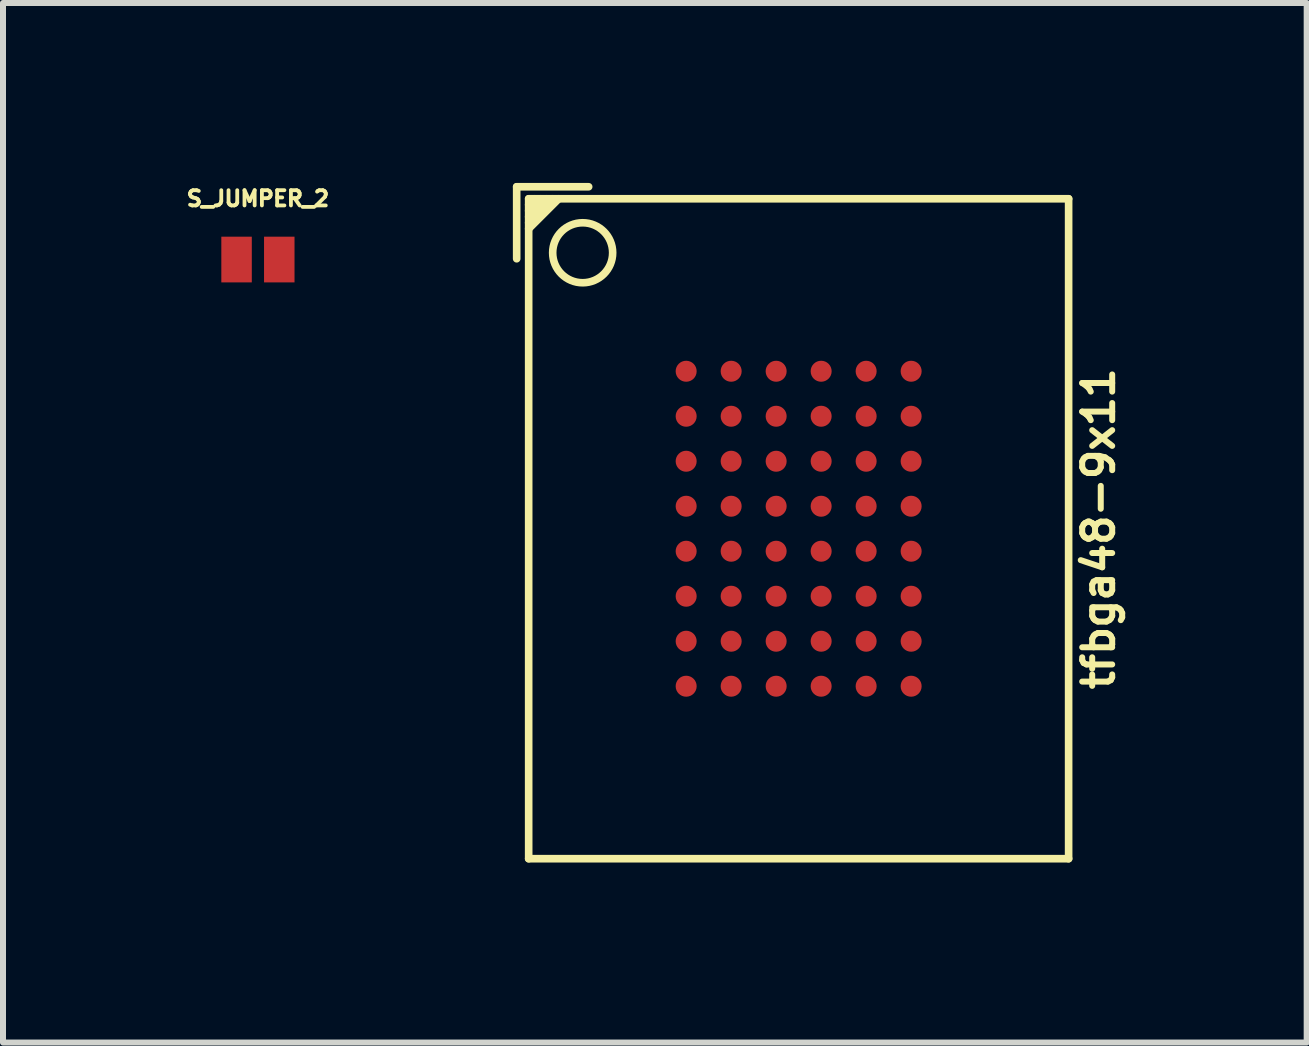
<source format=kicad_pcb>
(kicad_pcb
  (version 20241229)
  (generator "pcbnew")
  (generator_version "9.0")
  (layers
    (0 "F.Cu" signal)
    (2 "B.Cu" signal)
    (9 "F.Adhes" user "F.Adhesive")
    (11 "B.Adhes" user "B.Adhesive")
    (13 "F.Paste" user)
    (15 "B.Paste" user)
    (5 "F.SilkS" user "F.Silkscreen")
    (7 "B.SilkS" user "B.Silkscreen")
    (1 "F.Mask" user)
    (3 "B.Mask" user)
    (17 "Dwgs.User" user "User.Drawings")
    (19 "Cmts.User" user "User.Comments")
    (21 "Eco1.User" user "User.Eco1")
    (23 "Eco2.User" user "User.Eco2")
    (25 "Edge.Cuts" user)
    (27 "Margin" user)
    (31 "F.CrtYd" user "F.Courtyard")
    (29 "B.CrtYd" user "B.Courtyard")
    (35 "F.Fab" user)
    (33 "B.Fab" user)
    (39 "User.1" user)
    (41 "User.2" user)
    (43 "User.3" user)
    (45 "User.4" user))
  (footprint "S_JUMPER_2"
    (layer "F.Cu")
    (at 1.249 1.276)
    (property "Reference" "S_JUMPER_2" (at 0 -1.016 0) (layer "F.SilkS") (effects (font (size 0.254 0.254) (thickness 0.064))))
    (attr through_hole)
    (pad "1" smd rect (at -0.356 0) (size 0.508 0.762) (layers "F.Cu" "F.Mask" "F.Paste"))
    (pad "2" smd rect (at 0.356 0) (size 0.508 0.762) (layers "F.Cu" "F.Mask" "F.Paste")))
  (footprint "tfbga48-9x11"
    (layer "F.Cu")
    (at 10.262 5.763)
    (property "Reference" "tfbga48-9x11" (at 5 0 90) (layer "F.SilkS") (effects (font (size 0.5 0.5) (thickness 0.1))))
    (attr through_hole)
    (fp_line (start -4.7 -5.7) (end -3.5 -5.7) (stroke (width 0.127) (type solid)) (layer "F.SilkS"))
    (fp_line (start -4.7 -4.5) (end -4.7 -5.7) (stroke (width 0.127) (type solid)) (layer "F.SilkS"))
    (fp_line (start -4.5 -5.5) (end 4.5 -5.5) (stroke (width 0.127) (type solid)) (layer "F.SilkS"))
    (fp_line (start -4.5 -5.4) (end -4.4 -5.5) (stroke (width 0.127) (type solid)) (layer "F.SilkS"))
    (fp_line (start -4.5 -5.1) (end -4.1 -5.5) (stroke (width 0.127) (type solid)) (layer "F.SilkS"))
    (fp_line (start -4.5 5.5) (end -4.5 -5.5) (stroke (width 0.127) (type solid)) (layer "F.SilkS"))
    (fp_line (start -4.3 -5.5) (end -4.5 -5.3) (stroke (width 0.127) (type solid)) (layer "F.SilkS"))
    (fp_line (start -4.2 -5.5) (end -4.5 -5.2) (stroke (width 0.127) (type solid)) (layer "F.SilkS"))
    (fp_line (start -4 -5.5) (end -4.5 -5) (stroke (width 0.127) (type solid)) (layer "F.SilkS"))
    (fp_line (start 4.5 -5.5) (end 4.5 5.5) (stroke (width 0.127) (type solid)) (layer "F.SilkS"))
    (fp_line (start 4.5 5.5) (end -4.5 5.5) (stroke (width 0.127) (type solid)) (layer "F.SilkS"))
    (fp_circle (center -3.6 -4.6) (end -4 -4.3) (stroke (width 0.127) (type solid)) (fill no) (layer "F.SilkS"))
    (pad "A1" smd circle (at -1.875 -2.625) (size 0.35 0.35) (layers "F.Cu" "F.Mask" "F.Paste"))
    (pad "A2" smd circle (at -1.125 -2.625) (size 0.35 0.35) (layers "F.Cu" "F.Mask" "F.Paste"))
    (pad "A3" smd circle (at -0.375 -2.625) (size 0.35 0.35) (layers "F.Cu" "F.Mask" "F.Paste"))
    (pad "A4" smd circle (at 0.375 -2.625) (size 0.35 0.35) (layers "F.Cu" "F.Mask" "F.Paste"))
    (pad "A5" smd circle (at 1.125 -2.625) (size 0.35 0.35) (layers "F.Cu" "F.Mask" "F.Paste"))
    (pad "A6" smd circle (at 1.875 -2.625) (size 0.35 0.35) (layers "F.Cu" "F.Mask" "F.Paste"))
    (pad "B1" smd circle (at -1.875 -1.875) (size 0.35 0.35) (layers "F.Cu" "F.Mask" "F.Paste"))
    (pad "B2" smd circle (at -1.125 -1.875) (size 0.35 0.35) (layers "F.Cu" "F.Mask" "F.Paste"))
    (pad "B3" smd circle (at -0.375 -1.875) (size 0.35 0.35) (layers "F.Cu" "F.Mask" "F.Paste"))
    (pad "B4" smd circle (at 0.375 -1.875) (size 0.35 0.35) (layers "F.Cu" "F.Mask" "F.Paste"))
    (pad "B5" smd circle (at 1.125 -1.875) (size 0.35 0.35) (layers "F.Cu" "F.Mask" "F.Paste"))
    (pad "B6" smd circle (at 1.875 -1.875) (size 0.35 0.35) (layers "F.Cu" "F.Mask" "F.Paste"))
    (pad "C1" smd circle (at -1.875 -1.125) (size 0.35 0.35) (layers "F.Cu" "F.Mask" "F.Paste"))
    (pad "C2" smd circle (at -1.125 -1.125) (size 0.35 0.35) (layers "F.Cu" "F.Mask" "F.Paste"))
    (pad "C3" smd circle (at -0.375 -1.125) (size 0.35 0.35) (layers "F.Cu" "F.Mask" "F.Paste"))
    (pad "C4" smd circle (at 0.375 -1.125) (size 0.35 0.35) (layers "F.Cu" "F.Mask" "F.Paste"))
    (pad "C5" smd circle (at 1.125 -1.125) (size 0.35 0.35) (layers "F.Cu" "F.Mask" "F.Paste"))
    (pad "C6" smd circle (at 1.875 -1.125) (size 0.35 0.35) (layers "F.Cu" "F.Mask" "F.Paste"))
    (pad "D1" smd circle (at -1.875 -0.375) (size 0.35 0.35) (layers "F.Cu" "F.Mask" "F.Paste"))
    (pad "D2" smd circle (at -1.125 -0.375) (size 0.35 0.35) (layers "F.Cu" "F.Mask" "F.Paste"))
    (pad "D3" smd circle (at -0.375 -0.375) (size 0.35 0.35) (layers "F.Cu" "F.Mask" "F.Paste"))
    (pad "D4" smd circle (at 0.375 -0.375) (size 0.35 0.35) (layers "F.Cu" "F.Mask" "F.Paste"))
    (pad "D5" smd circle (at 1.125 -0.375) (size 0.35 0.35) (layers "F.Cu" "F.Mask" "F.Paste"))
    (pad "D6" smd circle (at 1.875 -0.375) (size 0.35 0.35) (layers "F.Cu" "F.Mask" "F.Paste"))
    (pad "E1" smd circle (at -1.875 0.375) (size 0.35 0.35) (layers "F.Cu" "F.Mask" "F.Paste"))
    (pad "E2" smd circle (at -1.125 0.375) (size 0.35 0.35) (layers "F.Cu" "F.Mask" "F.Paste"))
    (pad "E3" smd circle (at -0.375 0.375) (size 0.35 0.35) (layers "F.Cu" "F.Mask" "F.Paste"))
    (pad "E4" smd circle (at 0.375 0.375) (size 0.35 0.35) (layers "F.Cu" "F.Mask" "F.Paste"))
    (pad "E5" smd circle (at 1.125 0.375) (size 0.35 0.35) (layers "F.Cu" "F.Mask" "F.Paste"))
    (pad "E6" smd circle (at 1.875 0.375) (size 0.35 0.35) (layers "F.Cu" "F.Mask" "F.Paste"))
    (pad "F1" smd circle (at -1.875 1.125) (size 0.35 0.35) (layers "F.Cu" "F.Mask" "F.Paste"))
    (pad "F2" smd circle (at -1.125 1.125) (size 0.35 0.35) (layers "F.Cu" "F.Mask" "F.Paste"))
    (pad "F3" smd circle (at -0.375 1.125) (size 0.35 0.35) (layers "F.Cu" "F.Mask" "F.Paste"))
    (pad "F4" smd circle (at 0.375 1.125) (size 0.35 0.35) (layers "F.Cu" "F.Mask" "F.Paste"))
    (pad "F5" smd circle (at 1.125 1.125) (size 0.35 0.35) (layers "F.Cu" "F.Mask" "F.Paste"))
    (pad "F6" smd circle (at 1.875 1.125) (size 0.35 0.35) (layers "F.Cu" "F.Mask" "F.Paste"))
    (pad "G1" smd circle (at -1.875 1.875) (size 0.35 0.35) (layers "F.Cu" "F.Mask" "F.Paste"))
    (pad "G2" smd circle (at -1.125 1.875) (size 0.35 0.35) (layers "F.Cu" "F.Mask" "F.Paste"))
    (pad "G3" smd circle (at -0.375 1.875) (size 0.35 0.35) (layers "F.Cu" "F.Mask" "F.Paste"))
    (pad "G4" smd circle (at 0.375 1.875) (size 0.35 0.35) (layers "F.Cu" "F.Mask" "F.Paste"))
    (pad "G5" smd circle (at 1.125 1.875) (size 0.35 0.35) (layers "F.Cu" "F.Mask" "F.Paste"))
    (pad "G6" smd circle (at 1.875 1.875) (size 0.35 0.35) (layers "F.Cu" "F.Mask" "F.Paste"))
    (pad "H1" smd circle (at -1.875 2.625) (size 0.35 0.35) (layers "F.Cu" "F.Mask" "F.Paste"))
    (pad "H2" smd circle (at -1.125 2.625) (size 0.35 0.35) (layers "F.Cu" "F.Mask" "F.Paste"))
    (pad "H3" smd circle (at -0.375 2.625) (size 0.35 0.35) (layers "F.Cu" "F.Mask" "F.Paste"))
    (pad "H4" smd circle (at 0.375 2.625) (size 0.35 0.35) (layers "F.Cu" "F.Mask" "F.Paste"))
    (pad "H5" smd circle (at 1.125 2.625) (size 0.35 0.35) (layers "F.Cu" "F.Mask" "F.Paste"))
    (pad "H6" smd circle (at 1.875 2.625) (size 0.35 0.35) (layers "F.Cu" "F.Mask" "F.Paste")))
  (gr_rect
    (start -3 -3)
    (end 18.73 14.327)
    (stroke (width 0.1) (type default))
    (fill no)
    (layer "Edge.Cuts")))
</source>
